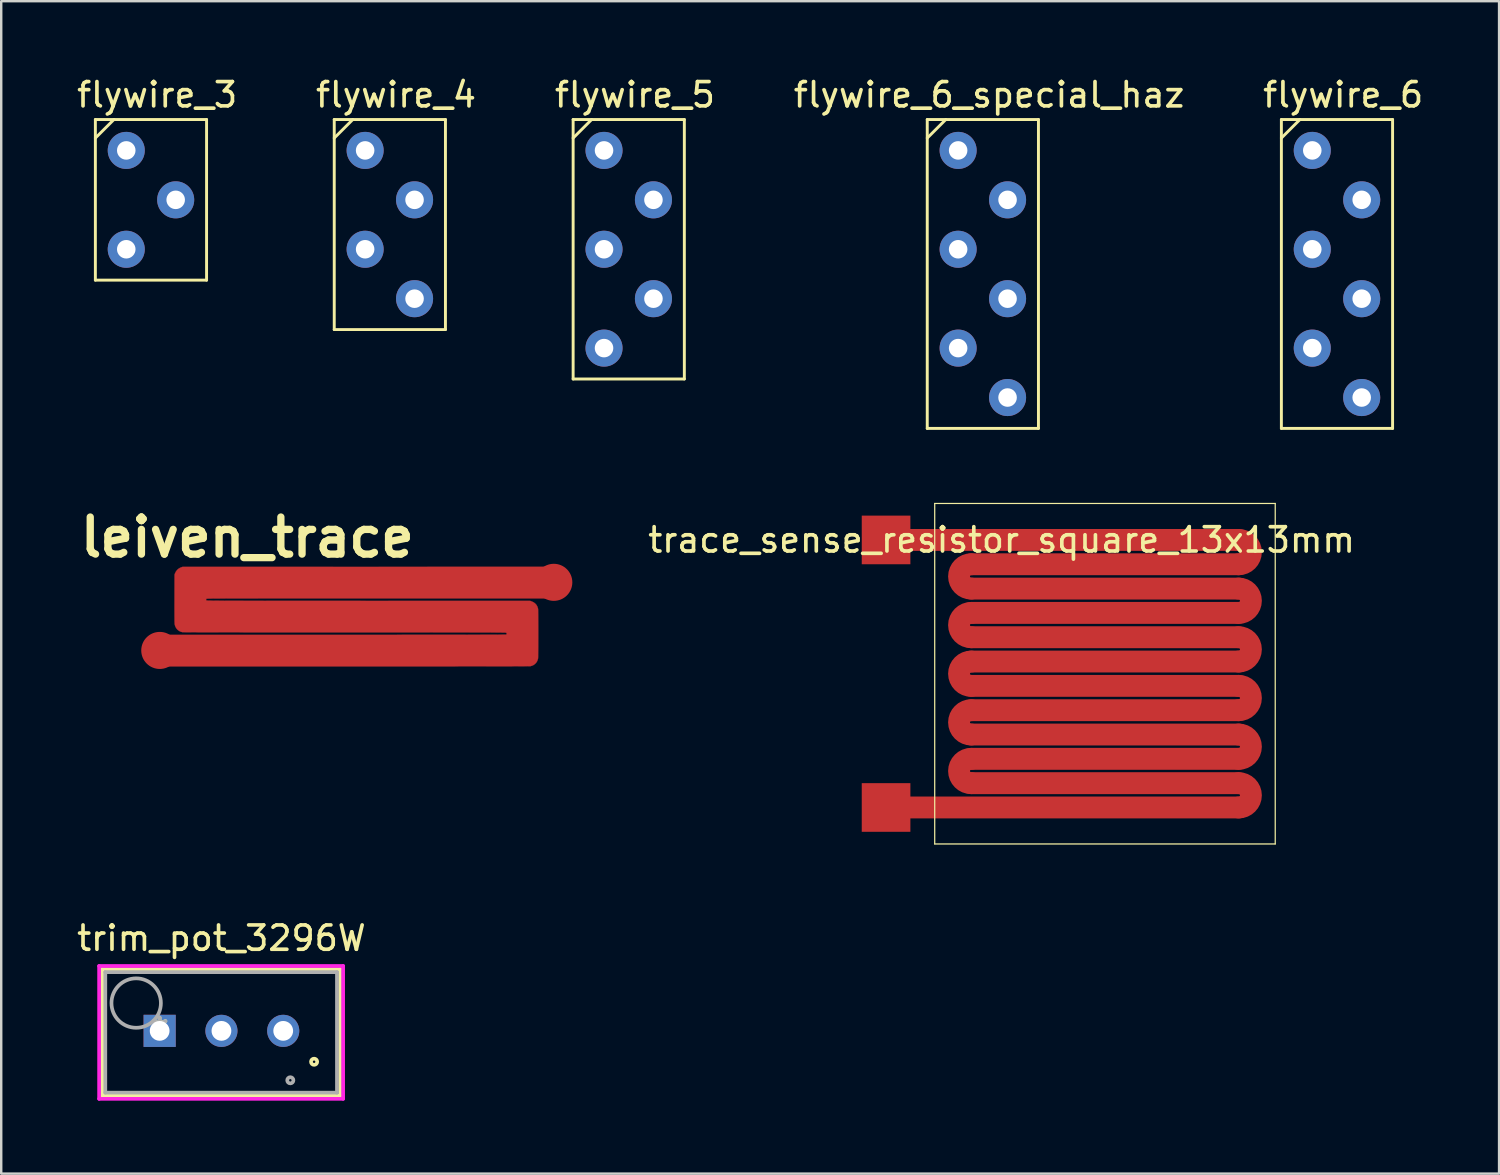
<source format=kicad_pcb>
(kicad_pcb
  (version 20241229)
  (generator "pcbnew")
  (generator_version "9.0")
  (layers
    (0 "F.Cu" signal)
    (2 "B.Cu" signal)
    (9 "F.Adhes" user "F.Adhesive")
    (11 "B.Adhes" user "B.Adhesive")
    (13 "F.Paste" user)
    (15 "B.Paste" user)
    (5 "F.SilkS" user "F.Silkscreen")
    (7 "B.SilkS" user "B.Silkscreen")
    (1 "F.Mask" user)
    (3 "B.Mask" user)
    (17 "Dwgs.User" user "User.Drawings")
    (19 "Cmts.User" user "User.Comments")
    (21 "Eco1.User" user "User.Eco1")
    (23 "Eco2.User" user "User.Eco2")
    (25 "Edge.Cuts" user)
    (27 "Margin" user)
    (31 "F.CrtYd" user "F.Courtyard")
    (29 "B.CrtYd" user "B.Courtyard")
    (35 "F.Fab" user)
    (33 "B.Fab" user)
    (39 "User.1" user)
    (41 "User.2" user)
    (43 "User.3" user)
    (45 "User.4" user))
  (footprint "trim_pot_3296W"
    (layer "F.Cu")
    (at 3.514 39.333)
    (property "Reference" "trim_pot_3296W" (at 2.54 -3.81 0) (layer "F.SilkS") (effects (font (size 1 1) (thickness 0.15))))
    (attr through_hole)
    (fp_line (start -2.362 -2.54) (end -2.362 2.667) (stroke (width 0.152) (type solid)) (layer "F.SilkS"))
    (fp_line (start -2.362 2.667) (end 7.417 2.667) (stroke (width 0.152) (type solid)) (layer "F.SilkS"))
    (fp_line (start 7.417 -2.54) (end -2.362 -2.54) (stroke (width 0.152) (type solid)) (layer "F.SilkS"))
    (fp_line (start 7.417 2.667) (end 7.417 -2.54) (stroke (width 0.152) (type solid)) (layer "F.SilkS"))
    (fp_circle (center 6.35 1.27) (end 6.477 1.27) (stroke (width 0.152) (type solid)) (fill no) (layer "F.SilkS"))
    (fp_line (start -2.489 -2.667) (end 7.544 -2.667) (stroke (width 0.152) (type solid)) (layer "F.CrtYd"))
    (fp_line (start -2.489 2.794) (end -2.489 -2.667) (stroke (width 0.152) (type solid)) (layer "F.CrtYd"))
    (fp_line (start 7.544 -2.667) (end 7.544 2.794) (stroke (width 0.152) (type solid)) (layer "F.CrtYd"))
    (fp_line (start 7.544 2.794) (end -2.489 2.794) (stroke (width 0.152) (type solid)) (layer "F.CrtYd"))
    (fp_line (start -2.235 -2.413) (end -2.235 2.54) (stroke (width 0.152) (type solid)) (layer "F.Fab"))
    (fp_line (start -2.235 2.54) (end 7.29 2.54) (stroke (width 0.152) (type solid)) (layer "F.Fab"))
    (fp_line (start 7.29 -2.413) (end -2.235 -2.413) (stroke (width 0.152) (type solid)) (layer "F.Fab"))
    (fp_line (start 7.29 2.54) (end 7.29 -2.413) (stroke (width 0.152) (type solid)) (layer "F.Fab"))
    (fp_circle (center -0.965 -1.143) (end 0.051 -1.143) (stroke (width 0.152) (type solid)) (fill no) (layer "F.Fab"))
    (fp_circle (center 5.372 2.032) (end 5.499 2.032) (stroke (width 0.152) (type solid)) (fill no) (layer "F.Fab"))
    (fp_text user "*" (at 0 0 0) (layer "F.SilkS") (effects (font (size 1 1) (thickness 0.15))))
    (fp_text user "Copyright 2016 Accelerated Designs. All rights reserved." (at 0 0 0) (layer "Cmts.User") (effects (font (size 0.127 0.127) (thickness 0.002))))
    (fp_text user "*" (at 0 0 0) (layer "F.Fab") (effects (font (size 1 1) (thickness 0.15))))
    (pad "1" thru_hole circle (at 5.08 0) (size 1.321 1.321) (drill 0.813) (layers "*.Cu" "*.Mask"))
    (pad "2" thru_hole circle (at 2.54 0) (size 1.321 1.321) (drill 0.813) (layers "*.Cu" "*.Mask"))
    (pad "3" thru_hole rect (at 0 0) (size 1.321 1.321) (drill 0.813) (layers "*.Cu" "*.Mask")))
  (footprint "flywire_5"
    (layer "F.Cu")
    (at 22.8 5.166)
    (property "Reference" "flywire_5" (at 0.254 -4.318 0) (layer "F.SilkS") (effects (font (size 1 1) (thickness 0.15))))
    (attr through_hole)
    (fp_line (start -2.286 -3.302) (end -2.286 7.366) (stroke (width 0.12) (type solid)) (layer "F.SilkS"))
    (fp_line (start -2.286 -2.54) (end -1.524 -3.302) (stroke (width 0.12) (type solid)) (layer "F.SilkS"))
    (fp_line (start -2.286 7.366) (end 2.286 7.366) (stroke (width 0.12) (type solid)) (layer "F.SilkS"))
    (fp_line (start 2.286 -3.302) (end -2.286 -3.302) (stroke (width 0.12) (type solid)) (layer "F.SilkS"))
    (fp_line (start 2.286 7.366) (end 2.286 -3.302) (stroke (width 0.12) (type solid)) (layer "F.SilkS"))
    (pad "1" thru_hole circle (at -1.016 -2.032) (size 1.524 1.524) (drill 0.762) (layers "*.Cu" "*.Mask"))
    (pad "2" thru_hole circle (at 1.016 0) (size 1.524 1.524) (drill 0.762) (layers "*.Cu" "*.Mask"))
    (pad "3" thru_hole circle (at -1.016 2.032) (size 1.524 1.524) (drill 0.762) (layers "*.Cu" "*.Mask"))
    (pad "4" thru_hole circle (at 1.016 4.064) (size 1.524 1.524) (drill 0.762) (layers "*.Cu" "*.Mask"))
    (pad "5" thru_hole circle (at -1.016 6.096) (size 1.524 1.524) (drill 0.762) (layers "*.Cu" "*.Mask")))
  (footprint "flywire_4"
    (layer "F.Cu")
    (at 12.978 5.166)
    (property "Reference" "flywire_4" (at 0.254 -4.318 0) (layer "F.SilkS") (effects (font (size 1 1) (thickness 0.15))))
    (attr through_hole)
    (fp_line (start -2.286 -3.302) (end -2.286 5.334) (stroke (width 0.12) (type solid)) (layer "F.SilkS"))
    (fp_line (start -2.286 -2.54) (end -1.524 -3.302) (stroke (width 0.12) (type solid)) (layer "F.SilkS"))
    (fp_line (start -2.286 5.334) (end 2.286 5.334) (stroke (width 0.12) (type solid)) (layer "F.SilkS"))
    (fp_line (start 2.286 -3.302) (end -2.286 -3.302) (stroke (width 0.12) (type solid)) (layer "F.SilkS"))
    (fp_line (start 2.286 5.334) (end 2.286 -3.302) (stroke (width 0.12) (type solid)) (layer "F.SilkS"))
    (pad "1" thru_hole circle (at -1.016 -2.032) (size 1.524 1.524) (drill 0.762) (layers "*.Cu" "*.Mask"))
    (pad "2" thru_hole circle (at 1.016 0) (size 1.524 1.524) (drill 0.762) (layers "*.Cu" "*.Mask"))
    (pad "3" thru_hole circle (at -1.016 2.032) (size 1.524 1.524) (drill 0.762) (layers "*.Cu" "*.Mask"))
    (pad "4" thru_hole circle (at 1.016 4.064) (size 1.524 1.524) (drill 0.762) (layers "*.Cu" "*.Mask")))
  (footprint "leiven_trace"
    (layer "F.Cu")
    (at 11.619 22.292)
    (property "Reference" "leiven_trace" (at -4.5 -3.25 0) (layer "F.SilkS") (effects (font (size 1.524 1.524) (thickness 0.3))))
    (attr through_hole)
    (fp_poly (pts (xy 8.121 -0.738) (xy 0.977 -0.738) (xy 0.551 -0.738) (xy 0.143 -0.738) (xy -0.248 -0.738) (xy -0.623 -0.738) (xy -0.982 -0.738) (xy -1.325 -0.738) (xy -1.653 -0.738) (xy -1.965 -0.738) (xy -2.263 -0.738) (xy -2.546 -0.738) (xy -2.816 -0.738) (xy -3.071 -0.738) (xy -3.314 -0.738) (xy -3.543 -0.738) (xy -3.76 -0.738) (xy -3.965 -0.738) (xy -4.157 -0.737) (xy -4.339 -0.737) (xy -4.509 -0.737) (xy -4.668 -0.737) (xy -4.817 -0.737) (xy -4.955 -0.737) (xy -5.084 -0.736) (xy -5.204 -0.736) (xy -5.314 -0.736) (xy -5.416 -0.735) (xy -5.509 -0.735) (xy -5.595 -0.735) (xy -5.673 -0.734) (xy -5.744 -0.734) (xy -5.807 -0.734) (xy -5.865 -0.733) (xy -5.916 -0.733) (xy -5.961 -0.732) (xy -6.001 -0.732) (xy -6.035 -0.731) (xy -6.065 -0.731) (xy -6.091 -0.73) (xy -6.112 -0.729) (xy -6.13 -0.729) (xy -6.144 -0.728) (xy -6.156 -0.727) (xy -6.165 -0.726) (xy -6.171 -0.726) (xy -6.176 -0.725) (xy -6.179 -0.724) (xy -6.181 -0.723) (xy -6.182 -0.722) (xy -6.195 -0.697) (xy -6.192 -0.672) (xy -6.18 -0.656) (xy -6.178 -0.655) (xy -6.175 -0.654) (xy -6.169 -0.654) (xy -6.161 -0.653) (xy -6.149 -0.652) (xy -6.135 -0.651) (xy -6.116 -0.651) (xy -6.094 -0.65) (xy -6.067 -0.649) (xy -6.036 -0.649) (xy -5.999 -0.648) (xy -5.957 -0.648) (xy -5.909 -0.647) (xy -5.855 -0.647) (xy -5.795 -0.646) (xy -5.727 -0.646) (xy -5.652 -0.645) (xy -5.569 -0.645) (xy -5.478 -0.645) (xy -5.379 -0.644) (xy -5.271 -0.644) (xy -5.154 -0.644) (xy -5.028 -0.643) (xy -4.891 -0.643) (xy -4.744 -0.643) (xy -4.587 -0.642) (xy -4.419 -0.642) (xy -4.239 -0.642) (xy -4.048 -0.642) (xy -3.844 -0.642) (xy -3.628 -0.641) (xy -3.4 -0.641) (xy -3.158 -0.641) (xy -2.902 -0.641) (xy -2.633 -0.641) (xy -2.349 -0.641) (xy -2.051 -0.64) (xy -1.738 -0.64) (xy -1.409 -0.64) (xy -1.064 -0.64) (xy -0.704 -0.64) (xy -0.327 -0.64) (xy 0.067 -0.64) (xy 0.478 -0.639) (xy 0.484 -0.639) (xy 7.132 -0.637) (xy 7.189 -0.617) (xy 7.268 -0.58) (xy 7.334 -0.532) (xy 7.387 -0.473) (xy 7.426 -0.404) (xy 7.45 -0.326) (xy 7.453 -0.31) (xy 7.455 -0.293) (xy 7.456 -0.26) (xy 7.457 -0.211) (xy 7.458 -0.15) (xy 7.459 -0.076) (xy 7.46 0.007) (xy 7.46 0.1) (xy 7.461 0.201) (xy 7.461 0.308) (xy 7.462 0.42) (xy 7.462 0.535) (xy 7.462 0.653) (xy 7.462 0.771) (xy 7.462 0.889) (xy 7.461 1.004) (xy 7.461 1.116) (xy 7.461 1.223) (xy 7.46 1.324) (xy 7.459 1.417) (xy 7.458 1.501) (xy 7.457 1.574) (xy 7.456 1.636) (xy 7.455 1.684) (xy 7.454 1.718) (xy 7.452 1.735) (xy 7.452 1.735) (xy 7.429 1.814) (xy 7.392 1.884) (xy 7.341 1.944) (xy 7.28 1.993) (xy 7.209 2.028) (xy 7.142 2.047) (xy 7.132 2.048) (xy 7.111 2.048) (xy 7.078 2.049) (xy 7.032 2.049) (xy 6.974 2.05) (xy 6.904 2.05) (xy 6.82 2.051) (xy 6.724 2.051) (xy 6.614 2.052) (xy 6.491 2.052) (xy 6.355 2.053) (xy 6.204 2.053) (xy 6.04 2.053) (xy 5.862 2.054) (xy 5.67 2.054) (xy 5.464 2.054) (xy 5.242 2.055) (xy 5.007 2.055) (xy 4.756 2.055) (xy 4.49 2.055) (xy 4.209 2.055) (xy 3.912 2.056) (xy 3.6 2.056) (xy 3.272 2.056) (xy 2.928 2.056) (xy 2.568 2.056) (xy 2.191 2.056) (xy 1.798 2.056) (xy 1.389 2.056) (xy 0.962 2.057) (xy 0.519 2.057) (xy 0.058 2.057) (xy -0.42 2.057) (xy -8.139 2.057) (xy -8.139 0.756) (xy -1.006 0.756) (xy -0.527 0.756) (xy -0.065 0.756) (xy 0.379 0.756) (xy 0.805 0.756) (xy 1.215 0.756) (xy 1.607 0.756) (xy 1.983 0.755) (xy 2.341 0.755) (xy 2.683 0.755) (xy 3.008 0.755) (xy 3.316 0.755) (xy 3.608 0.754) (xy 3.884 0.754) (xy 4.143 0.754) (xy 4.386 0.754) (xy 4.612 0.753) (xy 4.823 0.753) (xy 5.017 0.753) (xy 5.196 0.752) (xy 5.359 0.752) (xy 5.507 0.752) (xy 5.639 0.751) (xy 5.755 0.751) (xy 5.856 0.75) (xy 5.941 0.75) (xy 6.012 0.749) (xy 6.067 0.749) (xy 6.108 0.748) (xy 6.133 0.747) (xy 6.144 0.747) (xy 6.144 0.747) (xy 6.157 0.731) (xy 6.161 0.708) (xy 6.153 0.684) (xy 6.145 0.674) (xy 6.143 0.673) (xy 6.14 0.672) (xy 6.134 0.671) (xy 6.126 0.67) (xy 6.114 0.67) (xy 6.1 0.669) (xy 6.082 0.668) (xy 6.06 0.668) (xy 6.034 0.667) (xy 6.003 0.666) (xy 5.966 0.666) (xy 5.925 0.665) (xy 5.877 0.665) (xy 5.824 0.664) (xy 5.763 0.664) (xy 5.696 0.663) (xy 5.622 0.663) (xy 5.54 0.663) (xy 5.45 0.662) (xy 5.351 0.662) (xy 5.244 0.662) (xy 5.127 0.661) (xy 5.001 0.661) (xy 4.866 0.661) (xy 4.72 0.661) (xy 4.563 0.66) (xy 4.395 0.66) (xy 4.217 0.66) (xy 4.026 0.66) (xy 3.823 0.66) (xy 3.608 0.66) (xy 3.38 0.66) (xy 3.139 0.66) (xy 2.885 0.659) (xy 2.616 0.659) (xy 2.333 0.659) (xy 2.036 0.659) (xy 1.723 0.659) (xy 1.396 0.659) (xy 1.052 0.659) (xy 0.692 0.659) (xy 0.316 0.659) (xy -0.077 0.659) (xy -0.487 0.659) (xy -0.493 0.659) (xy -0.937 0.659) (xy -1.367 0.659) (xy -1.783 0.659) (xy -2.184 0.659) (xy -2.571 0.659) (xy -2.943 0.659) (xy -3.3 0.659) (xy -3.643 0.658) (xy -3.97 0.658) (xy -4.282 0.658) (xy -4.579 0.658) (xy -4.861 0.657) (xy -5.127 0.657) (xy -5.377 0.657) (xy -5.611 0.657) (xy -5.83 0.656) (xy -6.032 0.656) (xy -6.219 0.656) (xy -6.389 0.655) (xy -6.542 0.655) (xy -6.68 0.654) (xy -6.8 0.654) (xy -6.904 0.653) (xy -6.99 0.653) (xy -7.06 0.652) (xy -7.112 0.652) (xy -7.148 0.651) (xy -7.165 0.651) (xy -7.167 0.65) (xy -7.245 0.629) (xy -7.315 0.593) (xy -7.376 0.544) (xy -7.425 0.484) (xy -7.463 0.413) (xy -7.486 0.335) (xy -7.488 0.321) (xy -7.49 0.301) (xy -7.491 0.266) (xy -7.493 0.214) (xy -7.494 0.146) (xy -7.494 0.062) (xy -7.495 -0.039) (xy -7.495 -0.156) (xy -7.496 -0.291) (xy -7.496 -0.442) (xy -7.495 -0.611) (xy -7.495 -0.729) (xy -7.493 -1.718) (xy -7.473 -1.771) (xy -7.435 -1.847) (xy -7.385 -1.912) (xy -7.323 -1.965) (xy -7.252 -2.005) (xy -7.226 -2.015) (xy -7.167 -2.035) (xy 0.477 -2.037) (xy 8.121 -2.039) (xy 8.121 -0.738)) (stroke (width 0.01) (type solid)) (fill yes) (layer "F.Cu"))
    (pad "1" smd circle (at 8.1 -1.4) (size 1.524 1.524) (layers "F.Cu" "F.Mask" "F.Paste"))
    (pad "2" smd circle (at -8.1 1.4) (size 1.524 1.524) (layers "F.Cu" "F.Mask" "F.Paste")))
  (footprint "trace_sense_resistor_square_13x13mm"
    (layer "F.Cu")
    (at 33.38 24.649)
    (property "Reference" "trace_sense_resistor_square_13x13mm" (at 4.75 -5.5 180) (layer "F.SilkS") (effects (font (size 1 1) (thickness 0.15))))
    (attr exclude_from_pos_files exclude_from_bom)
    (fp_line (start 0 -5.5) (end 14.5 -5.5) (stroke (width 0.9) (type solid)) (layer "F.Cu"))
    (fp_line (start 0 5.5) (end 14.5 5.5) (stroke (width 0.9) (type solid)) (layer "F.Cu"))
    (fp_line (start 3.5 -4.5) (end 14.5 -4.5) (stroke (width 0.9) (type solid)) (layer "F.Cu"))
    (fp_line (start 3.5 -3.5) (end 14.5 -3.5) (stroke (width 0.9) (type solid)) (layer "F.Cu"))
    (fp_line (start 3.5 -2.5) (end 14.5 -2.5) (stroke (width 0.9) (type solid)) (layer "F.Cu"))
    (fp_line (start 3.5 -1.5) (end 14.5 -1.5) (stroke (width 0.9) (type solid)) (layer "F.Cu"))
    (fp_line (start 3.5 -0.5) (end 14.5 -0.5) (stroke (width 0.9) (type solid)) (layer "F.Cu"))
    (fp_line (start 3.5 0.5) (end 14.5 0.5) (stroke (width 0.9) (type solid)) (layer "F.Cu"))
    (fp_line (start 3.5 1.5) (end 14.5 1.5) (stroke (width 0.9) (type solid)) (layer "F.Cu"))
    (fp_line (start 3.5 2.5) (end 14.5 2.5) (stroke (width 0.9) (type solid)) (layer "F.Cu"))
    (fp_line (start 3.5 3.5) (end 14.5 3.5) (stroke (width 0.9) (type solid)) (layer "F.Cu"))
    (fp_line (start 3.5 4.5) (end 14.5 4.5) (stroke (width 0.9) (type solid)) (layer "F.Cu"))
    (fp_arc (start 3.5 -3.5) (mid 3 -4) (end 3.5 -4.5) (stroke (width 0.9) (type solid)) (layer "F.Cu"))
    (fp_arc (start 3.5 -1.5) (mid 3 -2) (end 3.5 -2.5) (stroke (width 0.9) (type solid)) (layer "F.Cu"))
    (fp_arc (start 3.5 0.5) (mid 3 0) (end 3.5 -0.5) (stroke (width 0.9) (type solid)) (layer "F.Cu"))
    (fp_arc (start 3.5 2.5) (mid 3 2) (end 3.5 1.5) (stroke (width 0.9) (type solid)) (layer "F.Cu"))
    (fp_arc (start 3.5 4.5) (mid 3 4) (end 3.5 3.5) (stroke (width 0.9) (type solid)) (layer "F.Cu"))
    (fp_arc (start 14.5 -5.5) (mid 15 -5) (end 14.5 -4.5) (stroke (width 0.9) (type solid)) (layer "F.Cu"))
    (fp_arc (start 14.5 -3.5) (mid 15 -3) (end 14.5 -2.5) (stroke (width 0.9) (type solid)) (layer "F.Cu"))
    (fp_arc (start 14.5 -1.5) (mid 15 -1) (end 14.5 -0.5) (stroke (width 0.9) (type solid)) (layer "F.Cu"))
    (fp_arc (start 14.5 0.5) (mid 15 1) (end 14.5 1.5) (stroke (width 0.9) (type solid)) (layer "F.Cu"))
    (fp_arc (start 14.5 2.5) (mid 15 3) (end 14.5 3.5) (stroke (width 0.9) (type solid)) (layer "F.Cu"))
    (fp_arc (start 14.5 4.5) (mid 15 5) (end 14.5 5.5) (stroke (width 0.9) (type solid)) (layer "F.Cu"))
    (fp_line (start 2 -7) (end 2 7) (stroke (width 0.05) (type solid)) (layer "F.SilkS"))
    (fp_line (start 2 -7) (end 16 -7) (stroke (width 0.05) (type solid)) (layer "F.SilkS"))
    (fp_line (start 2 7) (end 16 7) (stroke (width 0.05) (type solid)) (layer "F.SilkS"))
    (fp_line (start 16 -7) (end 16 7) (stroke (width 0.05) (type solid)) (layer "F.SilkS"))
    (pad "1" smd rect (at 0 -5.5) (size 2 2) (layers "F.Cu" "F.Mask" "F.Paste"))
    (pad "2" smd rect (at 0 5.5) (size 2 2) (layers "F.Cu" "F.Mask" "F.Paste")))
  (footprint "flywire_6"
    (layer "F.Cu")
    (at 51.919 5.166)
    (property "Reference" "flywire_6" (at 0.254 -4.318 0) (layer "F.SilkS") (effects (font (size 1 1) (thickness 0.15))))
    (attr through_hole)
    (fp_line (start -2.286 -3.302) (end -2.286 9.398) (stroke (width 0.12) (type solid)) (layer "F.SilkS"))
    (fp_line (start -2.286 -2.54) (end -1.524 -3.302) (stroke (width 0.12) (type solid)) (layer "F.SilkS"))
    (fp_line (start -2.286 9.398) (end 2.286 9.398) (stroke (width 0.12) (type solid)) (layer "F.SilkS"))
    (fp_line (start 2.286 -3.302) (end -2.286 -3.302) (stroke (width 0.12) (type solid)) (layer "F.SilkS"))
    (fp_line (start 2.286 9.398) (end 2.286 -3.302) (stroke (width 0.12) (type solid)) (layer "F.SilkS"))
    (pad "1" thru_hole circle (at -1.016 -2.032) (size 1.524 1.524) (drill 0.762) (layers "*.Cu" "*.Mask"))
    (pad "2" thru_hole circle (at 1.016 0) (size 1.524 1.524) (drill 0.762) (layers "*.Cu" "*.Mask"))
    (pad "3" thru_hole circle (at -1.016 2.032) (size 1.524 1.524) (drill 0.762) (layers "*.Cu" "*.Mask"))
    (pad "4" thru_hole circle (at 1.016 4.064) (size 1.524 1.524) (drill 0.762) (layers "*.Cu" "*.Mask"))
    (pad "5" thru_hole circle (at -1.016 6.096) (size 1.524 1.524) (drill 0.762) (layers "*.Cu" "*.Mask"))
    (pad "6" thru_hole circle (at 1.016 8.128) (size 1.524 1.524) (drill 0.762) (layers "*.Cu" "*.Mask")))
  (footprint "flywire_3"
    (layer "F.Cu")
    (at 3.157 5.166)
    (property "Reference" "flywire_3" (at 0.254 -4.318 0) (layer "F.SilkS") (effects (font (size 1 1) (thickness 0.15))))
    (attr through_hole)
    (fp_line (start -2.286 -3.302) (end -2.286 3.302) (stroke (width 0.12) (type solid)) (layer "F.SilkS"))
    (fp_line (start -2.286 -2.54) (end -1.524 -3.302) (stroke (width 0.12) (type solid)) (layer "F.SilkS"))
    (fp_line (start -2.286 3.302) (end 2.286 3.302) (stroke (width 0.12) (type solid)) (layer "F.SilkS"))
    (fp_line (start 2.286 -3.302) (end -2.286 -3.302) (stroke (width 0.12) (type solid)) (layer "F.SilkS"))
    (fp_line (start 2.286 3.302) (end 2.286 -3.302) (stroke (width 0.12) (type solid)) (layer "F.SilkS"))
    (pad "1" thru_hole circle (at -1.016 -2.032) (size 1.524 1.524) (drill 0.762) (layers "*.Cu" "*.Mask"))
    (pad "2" thru_hole circle (at 1.016 0) (size 1.524 1.524) (drill 0.762) (layers "*.Cu" "*.Mask"))
    (pad "3" thru_hole circle (at -1.016 2.032) (size 1.524 1.524) (drill 0.762) (layers "*.Cu" "*.Mask")))
  (footprint "flywire_6_special_haz"
    (layer "F.Cu")
    (at 37.359 5.166)
    (property "Reference" "flywire_6_special_haz" (at 0.254 -4.318 0) (layer "F.SilkS") (effects (font (size 1 1) (thickness 0.15))))
    (attr through_hole)
    (fp_line (start -2.286 -3.302) (end -2.286 9.398) (stroke (width 0.12) (type solid)) (layer "F.SilkS"))
    (fp_line (start -2.286 -2.54) (end -1.524 -3.302) (stroke (width 0.12) (type solid)) (layer "F.SilkS"))
    (fp_line (start -2.286 9.398) (end 2.286 9.398) (stroke (width 0.12) (type solid)) (layer "F.SilkS"))
    (fp_line (start 2.286 -3.302) (end -2.286 -3.302) (stroke (width 0.12) (type solid)) (layer "F.SilkS"))
    (fp_line (start 2.286 9.398) (end 2.286 -3.302) (stroke (width 0.12) (type solid)) (layer "F.SilkS"))
    (pad "1" thru_hole circle (at -1.016 -2.032) (size 1.524 1.524) (drill 0.762) (layers "*.Cu" "*.Mask"))
    (pad "2" thru_hole circle (at 1.016 0) (size 1.524 1.524) (drill 0.762) (layers "*.Cu" "*.Mask"))
    (pad "4" thru_hole circle (at -1.016 2.032) (size 1.524 1.524) (drill 0.762) (layers "*.Cu" "*.Mask"))
    (pad "5" thru_hole circle (at 1.016 4.064) (size 1.524 1.524) (drill 0.762) (layers "*.Cu" "*.Mask"))
    (pad "7" thru_hole circle (at -1.016 6.096) (size 1.524 1.524) (drill 0.762) (layers "*.Cu" "*.Mask"))
    (pad "8" thru_hole circle (at 1.016 8.128) (size 1.524 1.524) (drill 0.762) (layers "*.Cu" "*.Mask")))
  (gr_rect
    (start -3 -3)
    (end 58.583 45.203)
    (stroke (width 0.1) (type default))
    (fill no)
    (layer "Edge.Cuts")))
</source>
